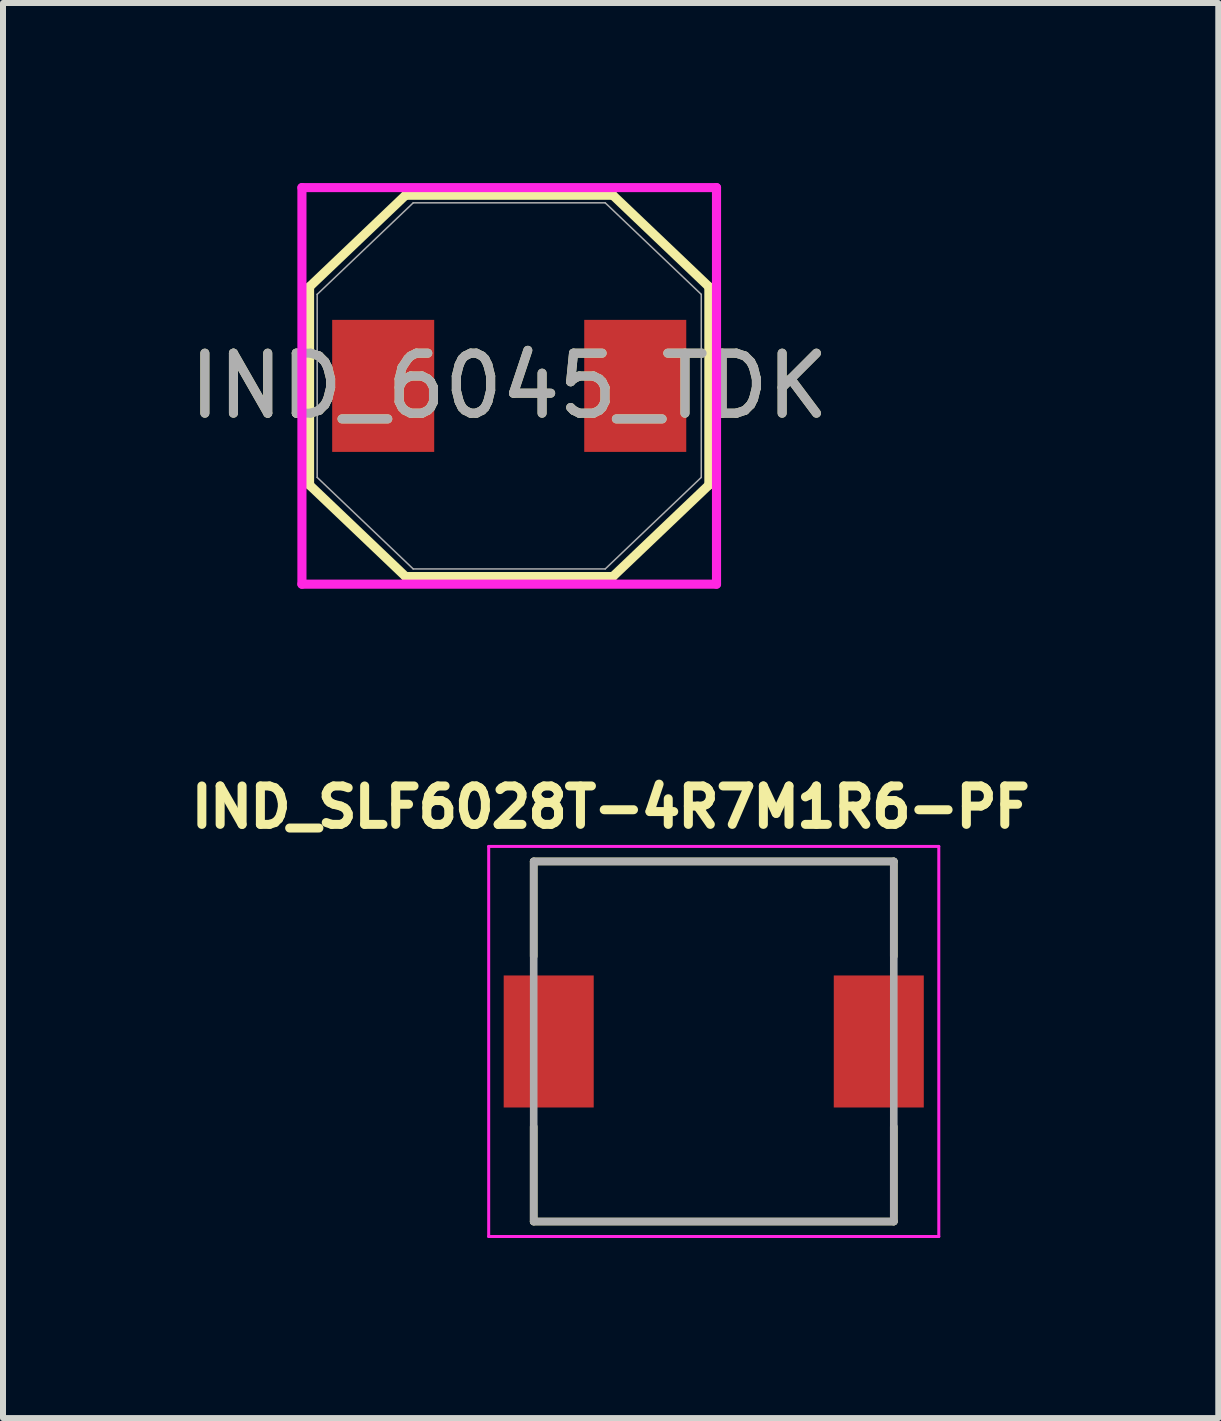
<source format=kicad_pcb>
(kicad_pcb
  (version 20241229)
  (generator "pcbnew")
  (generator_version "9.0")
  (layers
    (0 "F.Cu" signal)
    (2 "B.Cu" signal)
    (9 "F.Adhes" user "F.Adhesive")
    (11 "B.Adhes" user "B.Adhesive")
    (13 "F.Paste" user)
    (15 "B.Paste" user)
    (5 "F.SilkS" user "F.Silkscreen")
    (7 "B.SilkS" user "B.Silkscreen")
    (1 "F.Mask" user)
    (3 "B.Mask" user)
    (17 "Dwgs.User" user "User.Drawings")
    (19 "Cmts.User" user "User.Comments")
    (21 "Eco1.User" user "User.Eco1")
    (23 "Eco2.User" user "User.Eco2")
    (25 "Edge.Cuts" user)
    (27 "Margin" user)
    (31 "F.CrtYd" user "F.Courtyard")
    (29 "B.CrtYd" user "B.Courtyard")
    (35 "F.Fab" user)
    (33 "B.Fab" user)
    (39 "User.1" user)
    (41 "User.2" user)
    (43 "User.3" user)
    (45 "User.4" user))
  (footprint "IND_6045_TDK"
    (layer "F.Cu")
    (at 5.435 3.38)
    (property "Reference" "IND_6045_TDK" (at 0 0 0) (unlocked yes) (layer "F.SilkS") (effects (font (size 1 1) (thickness 0.15))))
    (attr smd)
    (fp_line (start -3.327 -1.652) (end -3.327 1.652) (stroke (width 0.152) (type solid)) (layer "F.SilkS"))
    (fp_line (start -3.327 1.652) (end -1.727 3.177) (stroke (width 0.152) (type solid)) (layer "F.SilkS"))
    (fp_line (start -1.727 -3.177) (end -3.327 -1.652) (stroke (width 0.152) (type solid)) (layer "F.SilkS"))
    (fp_line (start -1.727 3.177) (end 1.727 3.177) (stroke (width 0.152) (type solid)) (layer "F.SilkS"))
    (fp_line (start 1.727 -3.177) (end -1.727 -3.177) (stroke (width 0.152) (type solid)) (layer "F.SilkS"))
    (fp_line (start 1.727 3.177) (end 3.327 1.652) (stroke (width 0.152) (type solid)) (layer "F.SilkS"))
    (fp_line (start 3.327 -1.652) (end 1.727 -3.177) (stroke (width 0.152) (type solid)) (layer "F.SilkS"))
    (fp_line (start 3.327 1.652) (end 3.327 -1.652) (stroke (width 0.152) (type solid)) (layer "F.SilkS"))
    (fp_line (start -3.454 -3.304) (end 3.454 -3.304) (stroke (width 0.152) (type solid)) (layer "F.CrtYd"))
    (fp_line (start -3.454 3.304) (end -3.454 -3.304) (stroke (width 0.152) (type solid)) (layer "F.CrtYd"))
    (fp_line (start 3.454 -3.304) (end 3.454 3.304) (stroke (width 0.152) (type solid)) (layer "F.CrtYd"))
    (fp_line (start 3.454 3.304) (end -3.454 3.304) (stroke (width 0.152) (type solid)) (layer "F.CrtYd"))
    (fp_line (start -3.2 -1.525) (end -3.2 1.525) (stroke (width 0.025) (type solid)) (layer "F.Fab"))
    (fp_line (start -3.2 1.525) (end -1.6 3.05) (stroke (width 0.025) (type solid)) (layer "F.Fab"))
    (fp_line (start -1.6 -3.05) (end -3.2 -1.525) (stroke (width 0.025) (type solid)) (layer "F.Fab"))
    (fp_line (start -1.6 3.05) (end 1.6 3.05) (stroke (width 0.025) (type solid)) (layer "F.Fab"))
    (fp_line (start 1.6 -3.05) (end -1.6 -3.05) (stroke (width 0.025) (type solid)) (layer "F.Fab"))
    (fp_line (start 1.6 3.05) (end 3.2 1.525) (stroke (width 0.025) (type solid)) (layer "F.Fab"))
    (fp_line (start 3.2 -1.525) (end 1.6 -3.05) (stroke (width 0.025) (type solid)) (layer "F.Fab"))
    (fp_line (start 3.2 1.525) (end 3.2 -1.525) (stroke (width 0.025) (type solid)) (layer "F.Fab"))
    (fp_text user "${REFERENCE}" (at 0 0 0) (unlocked yes) (layer "F.Fab") (effects (font (size 1 1) (thickness 0.15))))
    (pad "1" smd rect (at -2.1 0) (size 1.7 2.2) (layers "F.Cu" "F.Mask" "F.Paste"))
    (pad "2" smd rect (at 2.1 0) (size 1.7 2.2) (layers "F.Cu" "F.Mask" "F.Paste")))
  (footprint "IND_SLF6028T-4R7M1R6-PF"
    (layer "F.Cu")
    (at 8.843 14.304)
    (property "Reference" "IND_SLF6028T-4R7M1R6-PF" (at -1.718 -3.906 0) (layer "F.SilkS") (effects (font (size 0.64 0.64) (thickness 0.15))))
    (attr smd)
    (fp_line (start -3 -3) (end -3 -1.42) (stroke (width 0.127) (type solid)) (layer "F.SilkS"))
    (fp_line (start -3 -3) (end 3 -3) (stroke (width 0.127) (type solid)) (layer "F.SilkS"))
    (fp_line (start -3 3) (end -3 1.42) (stroke (width 0.127) (type solid)) (layer "F.SilkS"))
    (fp_line (start -3 3) (end 3 3) (stroke (width 0.127) (type solid)) (layer "F.SilkS"))
    (fp_line (start 3 -3) (end 3 -1.42) (stroke (width 0.127) (type solid)) (layer "F.SilkS"))
    (fp_line (start 3 3) (end 3 1.42) (stroke (width 0.127) (type solid)) (layer "F.SilkS"))
    (fp_line (start -3.75 -3.25) (end -3.75 3.25) (stroke (width 0.05) (type solid)) (layer "F.CrtYd"))
    (fp_line (start -3.75 3.25) (end 3.75 3.25) (stroke (width 0.05) (type solid)) (layer "F.CrtYd"))
    (fp_line (start 3.75 -3.25) (end -3.75 -3.25) (stroke (width 0.05) (type solid)) (layer "F.CrtYd"))
    (fp_line (start 3.75 3.25) (end 3.75 -3.25) (stroke (width 0.05) (type solid)) (layer "F.CrtYd"))
    (fp_line (start -3 -3) (end -3 3) (stroke (width 0.127) (type solid)) (layer "F.Fab"))
    (fp_line (start -3 -3) (end 3 -3) (stroke (width 0.127) (type solid)) (layer "F.Fab"))
    (fp_line (start -3 3) (end 3 3) (stroke (width 0.127) (type solid)) (layer "F.Fab"))
    (fp_line (start 3 -3) (end 3 3) (stroke (width 0.127) (type solid)) (layer "F.Fab"))
    (pad "1" smd rect (at -2.75 0) (size 1.5 2.2) (layers "F.Cu" "F.Mask" "F.Paste"))
    (pad "2" smd rect (at 2.75 0) (size 1.5 2.2) (layers "F.Cu" "F.Mask" "F.Paste")))
  (gr_rect
    (start -3 -3)
    (end 17.25 20.579)
    (stroke (width 0.1) (type default))
    (fill no)
    (layer "Edge.Cuts")))
</source>
